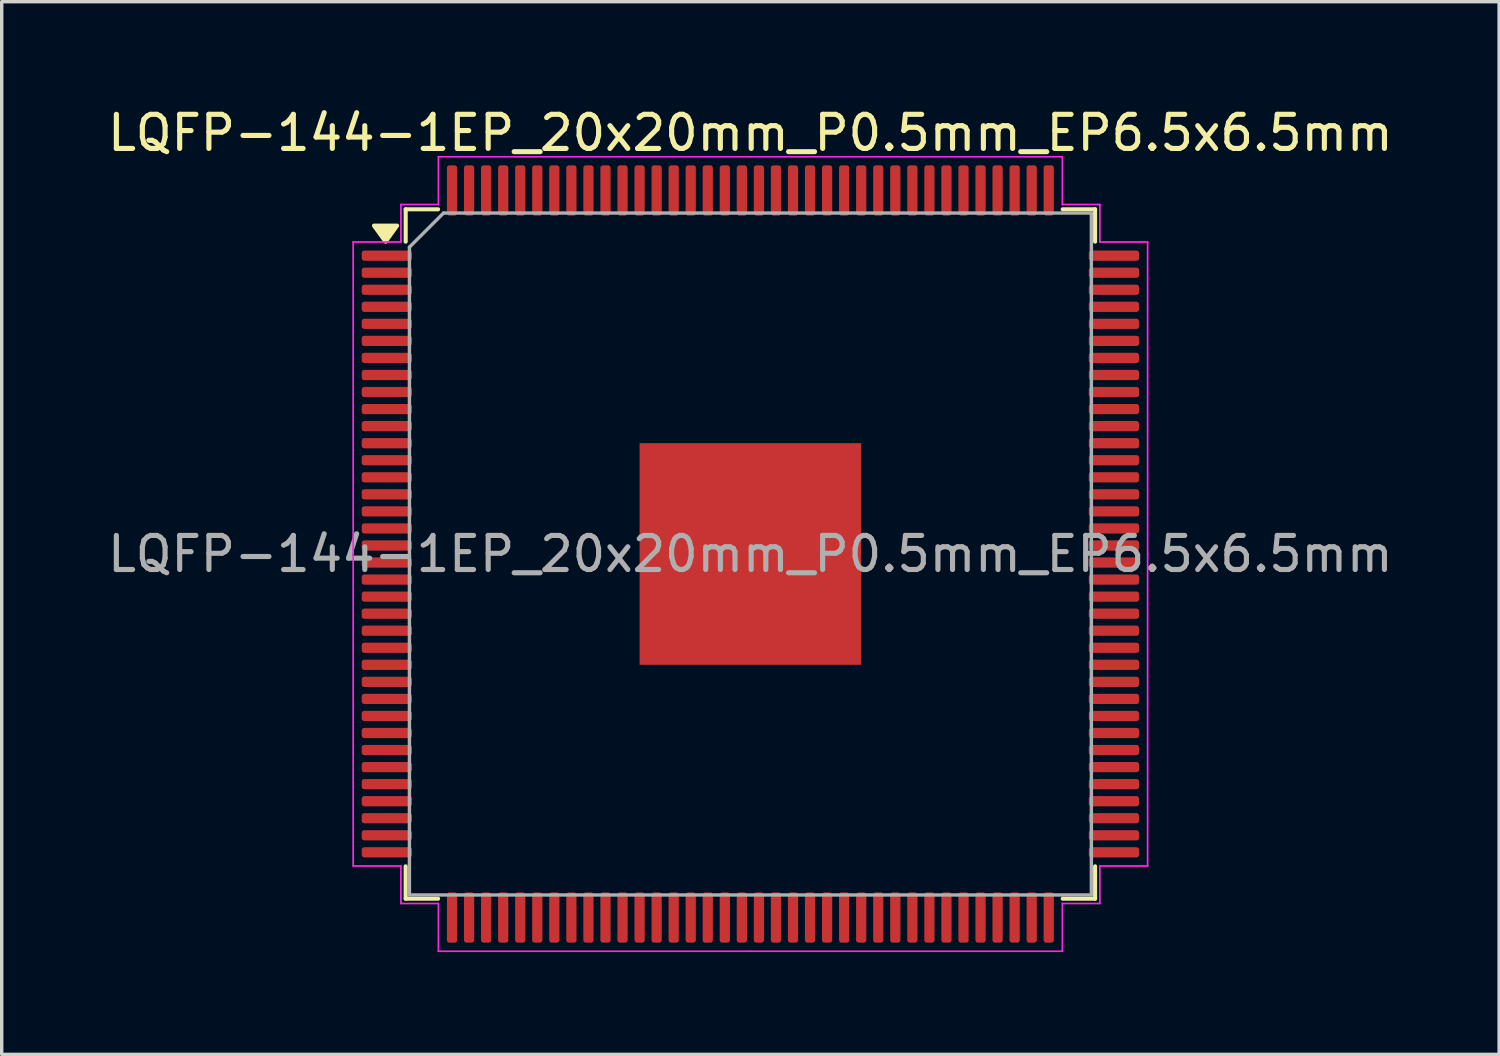
<source format=kicad_pcb>
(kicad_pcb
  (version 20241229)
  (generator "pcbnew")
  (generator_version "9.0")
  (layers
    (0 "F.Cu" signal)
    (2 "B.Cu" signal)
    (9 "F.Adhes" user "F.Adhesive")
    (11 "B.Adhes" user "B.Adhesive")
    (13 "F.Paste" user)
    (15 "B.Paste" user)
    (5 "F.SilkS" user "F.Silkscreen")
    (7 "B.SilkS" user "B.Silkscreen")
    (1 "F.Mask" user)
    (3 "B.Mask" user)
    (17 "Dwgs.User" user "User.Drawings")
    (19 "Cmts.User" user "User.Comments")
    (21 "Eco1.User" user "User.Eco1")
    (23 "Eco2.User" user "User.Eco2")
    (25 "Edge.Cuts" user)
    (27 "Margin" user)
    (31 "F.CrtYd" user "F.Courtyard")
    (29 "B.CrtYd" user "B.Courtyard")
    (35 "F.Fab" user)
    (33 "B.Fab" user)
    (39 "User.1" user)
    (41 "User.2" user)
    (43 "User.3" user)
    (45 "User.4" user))
  (footprint "LQFP-144-1EP_20x20mm_P0.5mm_EP6.5x6.5mm"
    (layer "F.Cu")
    (at 18.958 13.198)
    (property "Reference" "LQFP-144-1EP_20x20mm_P0.5mm_EP6.5x6.5mm" (at 0 -12.35 0) (layer "F.SilkS") (effects (font (size 1 1) (thickness 0.15))))
    (attr smd)
    (fp_line (start -10.11 -10.11) (end -10.11 -9.16) (stroke (width 0.12) (type solid)) (layer "F.SilkS"))
    (fp_line (start -10.11 10.11) (end -10.11 9.16) (stroke (width 0.12) (type solid)) (layer "F.SilkS"))
    (fp_line (start -9.16 -10.11) (end -10.11 -10.11) (stroke (width 0.12) (type solid)) (layer "F.SilkS"))
    (fp_line (start -9.16 10.11) (end -10.11 10.11) (stroke (width 0.12) (type solid)) (layer "F.SilkS"))
    (fp_line (start 9.16 -10.11) (end 10.11 -10.11) (stroke (width 0.12) (type solid)) (layer "F.SilkS"))
    (fp_line (start 9.16 10.11) (end 10.11 10.11) (stroke (width 0.12) (type solid)) (layer "F.SilkS"))
    (fp_line (start 10.11 -10.11) (end 10.11 -9.16) (stroke (width 0.12) (type solid)) (layer "F.SilkS"))
    (fp_line (start 10.11 10.11) (end 10.11 9.16) (stroke (width 0.12) (type solid)) (layer "F.SilkS"))
    (fp_poly (pts (xy -10.7 -9.16) (xy -11.04 -9.63) (xy -10.36 -9.63) (xy -10.7 -9.16)) (stroke (width 0.12) (type solid)) (fill yes) (layer "F.SilkS"))
    (fp_line (start -11.65 -9.15) (end -11.65 0) (stroke (width 0.05) (type solid)) (layer "F.CrtYd"))
    (fp_line (start -11.65 9.15) (end -11.65 0) (stroke (width 0.05) (type solid)) (layer "F.CrtYd"))
    (fp_line (start -10.25 -10.25) (end -10.25 -9.15) (stroke (width 0.05) (type solid)) (layer "F.CrtYd"))
    (fp_line (start -10.25 -9.15) (end -11.65 -9.15) (stroke (width 0.05) (type solid)) (layer "F.CrtYd"))
    (fp_line (start -10.25 9.15) (end -11.65 9.15) (stroke (width 0.05) (type solid)) (layer "F.CrtYd"))
    (fp_line (start -10.25 10.25) (end -10.25 9.15) (stroke (width 0.05) (type solid)) (layer "F.CrtYd"))
    (fp_line (start -9.15 -11.65) (end -9.15 -10.25) (stroke (width 0.05) (type solid)) (layer "F.CrtYd"))
    (fp_line (start -9.15 -10.25) (end -10.25 -10.25) (stroke (width 0.05) (type solid)) (layer "F.CrtYd"))
    (fp_line (start -9.15 10.25) (end -10.25 10.25) (stroke (width 0.05) (type solid)) (layer "F.CrtYd"))
    (fp_line (start -9.15 11.65) (end -9.15 10.25) (stroke (width 0.05) (type solid)) (layer "F.CrtYd"))
    (fp_line (start 0 -11.65) (end -9.15 -11.65) (stroke (width 0.05) (type solid)) (layer "F.CrtYd"))
    (fp_line (start 0 -11.65) (end 9.15 -11.65) (stroke (width 0.05) (type solid)) (layer "F.CrtYd"))
    (fp_line (start 0 11.65) (end -9.15 11.65) (stroke (width 0.05) (type solid)) (layer "F.CrtYd"))
    (fp_line (start 0 11.65) (end 9.15 11.65) (stroke (width 0.05) (type solid)) (layer "F.CrtYd"))
    (fp_line (start 9.15 -11.65) (end 9.15 -10.25) (stroke (width 0.05) (type solid)) (layer "F.CrtYd"))
    (fp_line (start 9.15 -10.25) (end 10.25 -10.25) (stroke (width 0.05) (type solid)) (layer "F.CrtYd"))
    (fp_line (start 9.15 10.25) (end 10.25 10.25) (stroke (width 0.05) (type solid)) (layer "F.CrtYd"))
    (fp_line (start 9.15 11.65) (end 9.15 10.25) (stroke (width 0.05) (type solid)) (layer "F.CrtYd"))
    (fp_line (start 10.25 -10.25) (end 10.25 -9.15) (stroke (width 0.05) (type solid)) (layer "F.CrtYd"))
    (fp_line (start 10.25 -9.15) (end 11.65 -9.15) (stroke (width 0.05) (type solid)) (layer "F.CrtYd"))
    (fp_line (start 10.25 9.15) (end 11.65 9.15) (stroke (width 0.05) (type solid)) (layer "F.CrtYd"))
    (fp_line (start 10.25 10.25) (end 10.25 9.15) (stroke (width 0.05) (type solid)) (layer "F.CrtYd"))
    (fp_line (start 11.65 -9.15) (end 11.65 0) (stroke (width 0.05) (type solid)) (layer "F.CrtYd"))
    (fp_line (start 11.65 9.15) (end 11.65 0) (stroke (width 0.05) (type solid)) (layer "F.CrtYd"))
    (fp_line (start -10 -9) (end -9 -10) (stroke (width 0.1) (type solid)) (layer "F.Fab"))
    (fp_line (start -10 10) (end -10 -9) (stroke (width 0.1) (type solid)) (layer "F.Fab"))
    (fp_line (start -9 -10) (end 10 -10) (stroke (width 0.1) (type solid)) (layer "F.Fab"))
    (fp_line (start 10 -10) (end 10 10) (stroke (width 0.1) (type solid)) (layer "F.Fab"))
    (fp_line (start 10 10) (end -10 10) (stroke (width 0.1) (type solid)) (layer "F.Fab"))
    (fp_text user "${REFERENCE}" (at 0 0 0) (layer "F.Fab") (effects (font (size 1 1) (thickness 0.15))))
    (pad "" smd roundrect (at -2.17 -2.17) (size 1.75 1.75) (layers "F.Paste") (roundrect_rratio 0.143))
    (pad "" smd roundrect (at -2.17 0) (size 1.75 1.75) (layers "F.Paste") (roundrect_rratio 0.143))
    (pad "" smd roundrect (at -2.17 2.17) (size 1.75 1.75) (layers "F.Paste") (roundrect_rratio 0.143))
    (pad "" smd roundrect (at 0 -2.17) (size 1.75 1.75) (layers "F.Paste") (roundrect_rratio 0.143))
    (pad "" smd roundrect (at 0 0) (size 1.75 1.75) (layers "F.Paste") (roundrect_rratio 0.143))
    (pad "" smd roundrect (at 0 2.17) (size 1.75 1.75) (layers "F.Paste") (roundrect_rratio 0.143))
    (pad "" smd roundrect (at 2.17 -2.17) (size 1.75 1.75) (layers "F.Paste") (roundrect_rratio 0.143))
    (pad "" smd roundrect (at 2.17 0) (size 1.75 1.75) (layers "F.Paste") (roundrect_rratio 0.143))
    (pad "" smd roundrect (at 2.17 2.17) (size 1.75 1.75) (layers "F.Paste") (roundrect_rratio 0.143))
    (pad "1" smd roundrect (at -10.662 -8.75) (size 1.475 0.3) (layers "F.Cu" "F.Mask" "F.Paste") (roundrect_rratio 0.25))
    (pad "2" smd roundrect (at -10.662 -8.25) (size 1.475 0.3) (layers "F.Cu" "F.Mask" "F.Paste") (roundrect_rratio 0.25))
    (pad "3" smd roundrect (at -10.662 -7.75) (size 1.475 0.3) (layers "F.Cu" "F.Mask" "F.Paste") (roundrect_rratio 0.25))
    (pad "4" smd roundrect (at -10.662 -7.25) (size 1.475 0.3) (layers "F.Cu" "F.Mask" "F.Paste") (roundrect_rratio 0.25))
    (pad "5" smd roundrect (at -10.662 -6.75) (size 1.475 0.3) (layers "F.Cu" "F.Mask" "F.Paste") (roundrect_rratio 0.25))
    (pad "6" smd roundrect (at -10.662 -6.25) (size 1.475 0.3) (layers "F.Cu" "F.Mask" "F.Paste") (roundrect_rratio 0.25))
    (pad "7" smd roundrect (at -10.662 -5.75) (size 1.475 0.3) (layers "F.Cu" "F.Mask" "F.Paste") (roundrect_rratio 0.25))
    (pad "8" smd roundrect (at -10.662 -5.25) (size 1.475 0.3) (layers "F.Cu" "F.Mask" "F.Paste") (roundrect_rratio 0.25))
    (pad "9" smd roundrect (at -10.662 -4.75) (size 1.475 0.3) (layers "F.Cu" "F.Mask" "F.Paste") (roundrect_rratio 0.25))
    (pad "10" smd roundrect (at -10.662 -4.25) (size 1.475 0.3) (layers "F.Cu" "F.Mask" "F.Paste") (roundrect_rratio 0.25))
    (pad "11" smd roundrect (at -10.662 -3.75) (size 1.475 0.3) (layers "F.Cu" "F.Mask" "F.Paste") (roundrect_rratio 0.25))
    (pad "12" smd roundrect (at -10.662 -3.25) (size 1.475 0.3) (layers "F.Cu" "F.Mask" "F.Paste") (roundrect_rratio 0.25))
    (pad "13" smd roundrect (at -10.662 -2.75) (size 1.475 0.3) (layers "F.Cu" "F.Mask" "F.Paste") (roundrect_rratio 0.25))
    (pad "14" smd roundrect (at -10.662 -2.25) (size 1.475 0.3) (layers "F.Cu" "F.Mask" "F.Paste") (roundrect_rratio 0.25))
    (pad "15" smd roundrect (at -10.662 -1.75) (size 1.475 0.3) (layers "F.Cu" "F.Mask" "F.Paste") (roundrect_rratio 0.25))
    (pad "16" smd roundrect (at -10.662 -1.25) (size 1.475 0.3) (layers "F.Cu" "F.Mask" "F.Paste") (roundrect_rratio 0.25))
    (pad "17" smd roundrect (at -10.662 -0.75) (size 1.475 0.3) (layers "F.Cu" "F.Mask" "F.Paste") (roundrect_rratio 0.25))
    (pad "18" smd roundrect (at -10.662 -0.25) (size 1.475 0.3) (layers "F.Cu" "F.Mask" "F.Paste") (roundrect_rratio 0.25))
    (pad "19" smd roundrect (at -10.662 0.25) (size 1.475 0.3) (layers "F.Cu" "F.Mask" "F.Paste") (roundrect_rratio 0.25))
    (pad "20" smd roundrect (at -10.662 0.75) (size 1.475 0.3) (layers "F.Cu" "F.Mask" "F.Paste") (roundrect_rratio 0.25))
    (pad "21" smd roundrect (at -10.662 1.25) (size 1.475 0.3) (layers "F.Cu" "F.Mask" "F.Paste") (roundrect_rratio 0.25))
    (pad "22" smd roundrect (at -10.662 1.75) (size 1.475 0.3) (layers "F.Cu" "F.Mask" "F.Paste") (roundrect_rratio 0.25))
    (pad "23" smd roundrect (at -10.662 2.25) (size 1.475 0.3) (layers "F.Cu" "F.Mask" "F.Paste") (roundrect_rratio 0.25))
    (pad "24" smd roundrect (at -10.662 2.75) (size 1.475 0.3) (layers "F.Cu" "F.Mask" "F.Paste") (roundrect_rratio 0.25))
    (pad "25" smd roundrect (at -10.662 3.25) (size 1.475 0.3) (layers "F.Cu" "F.Mask" "F.Paste") (roundrect_rratio 0.25))
    (pad "26" smd roundrect (at -10.662 3.75) (size 1.475 0.3) (layers "F.Cu" "F.Mask" "F.Paste") (roundrect_rratio 0.25))
    (pad "27" smd roundrect (at -10.662 4.25) (size 1.475 0.3) (layers "F.Cu" "F.Mask" "F.Paste") (roundrect_rratio 0.25))
    (pad "28" smd roundrect (at -10.662 4.75) (size 1.475 0.3) (layers "F.Cu" "F.Mask" "F.Paste") (roundrect_rratio 0.25))
    (pad "29" smd roundrect (at -10.662 5.25) (size 1.475 0.3) (layers "F.Cu" "F.Mask" "F.Paste") (roundrect_rratio 0.25))
    (pad "30" smd roundrect (at -10.662 5.75) (size 1.475 0.3) (layers "F.Cu" "F.Mask" "F.Paste") (roundrect_rratio 0.25))
    (pad "31" smd roundrect (at -10.662 6.25) (size 1.475 0.3) (layers "F.Cu" "F.Mask" "F.Paste") (roundrect_rratio 0.25))
    (pad "32" smd roundrect (at -10.662 6.75) (size 1.475 0.3) (layers "F.Cu" "F.Mask" "F.Paste") (roundrect_rratio 0.25))
    (pad "33" smd roundrect (at -10.662 7.25) (size 1.475 0.3) (layers "F.Cu" "F.Mask" "F.Paste") (roundrect_rratio 0.25))
    (pad "34" smd roundrect (at -10.662 7.75) (size 1.475 0.3) (layers "F.Cu" "F.Mask" "F.Paste") (roundrect_rratio 0.25))
    (pad "35" smd roundrect (at -10.662 8.25) (size 1.475 0.3) (layers "F.Cu" "F.Mask" "F.Paste") (roundrect_rratio 0.25))
    (pad "36" smd roundrect (at -10.662 8.75) (size 1.475 0.3) (layers "F.Cu" "F.Mask" "F.Paste") (roundrect_rratio 0.25))
    (pad "37" smd roundrect (at -8.75 10.662) (size 0.3 1.475) (layers "F.Cu" "F.Mask" "F.Paste") (roundrect_rratio 0.25))
    (pad "38" smd roundrect (at -8.25 10.662) (size 0.3 1.475) (layers "F.Cu" "F.Mask" "F.Paste") (roundrect_rratio 0.25))
    (pad "39" smd roundrect (at -7.75 10.662) (size 0.3 1.475) (layers "F.Cu" "F.Mask" "F.Paste") (roundrect_rratio 0.25))
    (pad "40" smd roundrect (at -7.25 10.662) (size 0.3 1.475) (layers "F.Cu" "F.Mask" "F.Paste") (roundrect_rratio 0.25))
    (pad "41" smd roundrect (at -6.75 10.662) (size 0.3 1.475) (layers "F.Cu" "F.Mask" "F.Paste") (roundrect_rratio 0.25))
    (pad "42" smd roundrect (at -6.25 10.662) (size 0.3 1.475) (layers "F.Cu" "F.Mask" "F.Paste") (roundrect_rratio 0.25))
    (pad "43" smd roundrect (at -5.75 10.662) (size 0.3 1.475) (layers "F.Cu" "F.Mask" "F.Paste") (roundrect_rratio 0.25))
    (pad "44" smd roundrect (at -5.25 10.662) (size 0.3 1.475) (layers "F.Cu" "F.Mask" "F.Paste") (roundrect_rratio 0.25))
    (pad "45" smd roundrect (at -4.75 10.662) (size 0.3 1.475) (layers "F.Cu" "F.Mask" "F.Paste") (roundrect_rratio 0.25))
    (pad "46" smd roundrect (at -4.25 10.662) (size 0.3 1.475) (layers "F.Cu" "F.Mask" "F.Paste") (roundrect_rratio 0.25))
    (pad "47" smd roundrect (at -3.75 10.662) (size 0.3 1.475) (layers "F.Cu" "F.Mask" "F.Paste") (roundrect_rratio 0.25))
    (pad "48" smd roundrect (at -3.25 10.662) (size 0.3 1.475) (layers "F.Cu" "F.Mask" "F.Paste") (roundrect_rratio 0.25))
    (pad "49" smd roundrect (at -2.75 10.662) (size 0.3 1.475) (layers "F.Cu" "F.Mask" "F.Paste") (roundrect_rratio 0.25))
    (pad "50" smd roundrect (at -2.25 10.662) (size 0.3 1.475) (layers "F.Cu" "F.Mask" "F.Paste") (roundrect_rratio 0.25))
    (pad "51" smd roundrect (at -1.75 10.662) (size 0.3 1.475) (layers "F.Cu" "F.Mask" "F.Paste") (roundrect_rratio 0.25))
    (pad "52" smd roundrect (at -1.25 10.662) (size 0.3 1.475) (layers "F.Cu" "F.Mask" "F.Paste") (roundrect_rratio 0.25))
    (pad "53" smd roundrect (at -0.75 10.662) (size 0.3 1.475) (layers "F.Cu" "F.Mask" "F.Paste") (roundrect_rratio 0.25))
    (pad "54" smd roundrect (at -0.25 10.662) (size 0.3 1.475) (layers "F.Cu" "F.Mask" "F.Paste") (roundrect_rratio 0.25))
    (pad "55" smd roundrect (at 0.25 10.662) (size 0.3 1.475) (layers "F.Cu" "F.Mask" "F.Paste") (roundrect_rratio 0.25))
    (pad "56" smd roundrect (at 0.75 10.662) (size 0.3 1.475) (layers "F.Cu" "F.Mask" "F.Paste") (roundrect_rratio 0.25))
    (pad "57" smd roundrect (at 1.25 10.662) (size 0.3 1.475) (layers "F.Cu" "F.Mask" "F.Paste") (roundrect_rratio 0.25))
    (pad "58" smd roundrect (at 1.75 10.662) (size 0.3 1.475) (layers "F.Cu" "F.Mask" "F.Paste") (roundrect_rratio 0.25))
    (pad "59" smd roundrect (at 2.25 10.662) (size 0.3 1.475) (layers "F.Cu" "F.Mask" "F.Paste") (roundrect_rratio 0.25))
    (pad "60" smd roundrect (at 2.75 10.662) (size 0.3 1.475) (layers "F.Cu" "F.Mask" "F.Paste") (roundrect_rratio 0.25))
    (pad "61" smd roundrect (at 3.25 10.662) (size 0.3 1.475) (layers "F.Cu" "F.Mask" "F.Paste") (roundrect_rratio 0.25))
    (pad "62" smd roundrect (at 3.75 10.662) (size 0.3 1.475) (layers "F.Cu" "F.Mask" "F.Paste") (roundrect_rratio 0.25))
    (pad "63" smd roundrect (at 4.25 10.662) (size 0.3 1.475) (layers "F.Cu" "F.Mask" "F.Paste") (roundrect_rratio 0.25))
    (pad "64" smd roundrect (at 4.75 10.662) (size 0.3 1.475) (layers "F.Cu" "F.Mask" "F.Paste") (roundrect_rratio 0.25))
    (pad "65" smd roundrect (at 5.25 10.662) (size 0.3 1.475) (layers "F.Cu" "F.Mask" "F.Paste") (roundrect_rratio 0.25))
    (pad "66" smd roundrect (at 5.75 10.662) (size 0.3 1.475) (layers "F.Cu" "F.Mask" "F.Paste") (roundrect_rratio 0.25))
    (pad "67" smd roundrect (at 6.25 10.662) (size 0.3 1.475) (layers "F.Cu" "F.Mask" "F.Paste") (roundrect_rratio 0.25))
    (pad "68" smd roundrect (at 6.75 10.662) (size 0.3 1.475) (layers "F.Cu" "F.Mask" "F.Paste") (roundrect_rratio 0.25))
    (pad "69" smd roundrect (at 7.25 10.662) (size 0.3 1.475) (layers "F.Cu" "F.Mask" "F.Paste") (roundrect_rratio 0.25))
    (pad "70" smd roundrect (at 7.75 10.662) (size 0.3 1.475) (layers "F.Cu" "F.Mask" "F.Paste") (roundrect_rratio 0.25))
    (pad "71" smd roundrect (at 8.25 10.662) (size 0.3 1.475) (layers "F.Cu" "F.Mask" "F.Paste") (roundrect_rratio 0.25))
    (pad "72" smd roundrect (at 8.75 10.662) (size 0.3 1.475) (layers "F.Cu" "F.Mask" "F.Paste") (roundrect_rratio 0.25))
    (pad "73" smd roundrect (at 10.662 8.75) (size 1.475 0.3) (layers "F.Cu" "F.Mask" "F.Paste") (roundrect_rratio 0.25))
    (pad "74" smd roundrect (at 10.662 8.25) (size 1.475 0.3) (layers "F.Cu" "F.Mask" "F.Paste") (roundrect_rratio 0.25))
    (pad "75" smd roundrect (at 10.662 7.75) (size 1.475 0.3) (layers "F.Cu" "F.Mask" "F.Paste") (roundrect_rratio 0.25))
    (pad "76" smd roundrect (at 10.662 7.25) (size 1.475 0.3) (layers "F.Cu" "F.Mask" "F.Paste") (roundrect_rratio 0.25))
    (pad "77" smd roundrect (at 10.662 6.75) (size 1.475 0.3) (layers "F.Cu" "F.Mask" "F.Paste") (roundrect_rratio 0.25))
    (pad "78" smd roundrect (at 10.662 6.25) (size 1.475 0.3) (layers "F.Cu" "F.Mask" "F.Paste") (roundrect_rratio 0.25))
    (pad "79" smd roundrect (at 10.662 5.75) (size 1.475 0.3) (layers "F.Cu" "F.Mask" "F.Paste") (roundrect_rratio 0.25))
    (pad "80" smd roundrect (at 10.662 5.25) (size 1.475 0.3) (layers "F.Cu" "F.Mask" "F.Paste") (roundrect_rratio 0.25))
    (pad "81" smd roundrect (at 10.662 4.75) (size 1.475 0.3) (layers "F.Cu" "F.Mask" "F.Paste") (roundrect_rratio 0.25))
    (pad "82" smd roundrect (at 10.662 4.25) (size 1.475 0.3) (layers "F.Cu" "F.Mask" "F.Paste") (roundrect_rratio 0.25))
    (pad "83" smd roundrect (at 10.662 3.75) (size 1.475 0.3) (layers "F.Cu" "F.Mask" "F.Paste") (roundrect_rratio 0.25))
    (pad "84" smd roundrect (at 10.662 3.25) (size 1.475 0.3) (layers "F.Cu" "F.Mask" "F.Paste") (roundrect_rratio 0.25))
    (pad "85" smd roundrect (at 10.662 2.75) (size 1.475 0.3) (layers "F.Cu" "F.Mask" "F.Paste") (roundrect_rratio 0.25))
    (pad "86" smd roundrect (at 10.662 2.25) (size 1.475 0.3) (layers "F.Cu" "F.Mask" "F.Paste") (roundrect_rratio 0.25))
    (pad "87" smd roundrect (at 10.662 1.75) (size 1.475 0.3) (layers "F.Cu" "F.Mask" "F.Paste") (roundrect_rratio 0.25))
    (pad "88" smd roundrect (at 10.662 1.25) (size 1.475 0.3) (layers "F.Cu" "F.Mask" "F.Paste") (roundrect_rratio 0.25))
    (pad "89" smd roundrect (at 10.662 0.75) (size 1.475 0.3) (layers "F.Cu" "F.Mask" "F.Paste") (roundrect_rratio 0.25))
    (pad "90" smd roundrect (at 10.662 0.25) (size 1.475 0.3) (layers "F.Cu" "F.Mask" "F.Paste") (roundrect_rratio 0.25))
    (pad "91" smd roundrect (at 10.662 -0.25) (size 1.475 0.3) (layers "F.Cu" "F.Mask" "F.Paste") (roundrect_rratio 0.25))
    (pad "92" smd roundrect (at 10.662 -0.75) (size 1.475 0.3) (layers "F.Cu" "F.Mask" "F.Paste") (roundrect_rratio 0.25))
    (pad "93" smd roundrect (at 10.662 -1.25) (size 1.475 0.3) (layers "F.Cu" "F.Mask" "F.Paste") (roundrect_rratio 0.25))
    (pad "94" smd roundrect (at 10.662 -1.75) (size 1.475 0.3) (layers "F.Cu" "F.Mask" "F.Paste") (roundrect_rratio 0.25))
    (pad "95" smd roundrect (at 10.662 -2.25) (size 1.475 0.3) (layers "F.Cu" "F.Mask" "F.Paste") (roundrect_rratio 0.25))
    (pad "96" smd roundrect (at 10.662 -2.75) (size 1.475 0.3) (layers "F.Cu" "F.Mask" "F.Paste") (roundrect_rratio 0.25))
    (pad "97" smd roundrect (at 10.662 -3.25) (size 1.475 0.3) (layers "F.Cu" "F.Mask" "F.Paste") (roundrect_rratio 0.25))
    (pad "98" smd roundrect (at 10.662 -3.75) (size 1.475 0.3) (layers "F.Cu" "F.Mask" "F.Paste") (roundrect_rratio 0.25))
    (pad "99" smd roundrect (at 10.662 -4.25) (size 1.475 0.3) (layers "F.Cu" "F.Mask" "F.Paste") (roundrect_rratio 0.25))
    (pad "100" smd roundrect (at 10.662 -4.75) (size 1.475 0.3) (layers "F.Cu" "F.Mask" "F.Paste") (roundrect_rratio 0.25))
    (pad "101" smd roundrect (at 10.662 -5.25) (size 1.475 0.3) (layers "F.Cu" "F.Mask" "F.Paste") (roundrect_rratio 0.25))
    (pad "102" smd roundrect (at 10.662 -5.75) (size 1.475 0.3) (layers "F.Cu" "F.Mask" "F.Paste") (roundrect_rratio 0.25))
    (pad "103" smd roundrect (at 10.662 -6.25) (size 1.475 0.3) (layers "F.Cu" "F.Mask" "F.Paste") (roundrect_rratio 0.25))
    (pad "104" smd roundrect (at 10.662 -6.75) (size 1.475 0.3) (layers "F.Cu" "F.Mask" "F.Paste") (roundrect_rratio 0.25))
    (pad "105" smd roundrect (at 10.662 -7.25) (size 1.475 0.3) (layers "F.Cu" "F.Mask" "F.Paste") (roundrect_rratio 0.25))
    (pad "106" smd roundrect (at 10.662 -7.75) (size 1.475 0.3) (layers "F.Cu" "F.Mask" "F.Paste") (roundrect_rratio 0.25))
    (pad "107" smd roundrect (at 10.662 -8.25) (size 1.475 0.3) (layers "F.Cu" "F.Mask" "F.Paste") (roundrect_rratio 0.25))
    (pad "108" smd roundrect (at 10.662 -8.75) (size 1.475 0.3) (layers "F.Cu" "F.Mask" "F.Paste") (roundrect_rratio 0.25))
    (pad "109" smd roundrect (at 8.75 -10.662) (size 0.3 1.475) (layers "F.Cu" "F.Mask" "F.Paste") (roundrect_rratio 0.25))
    (pad "110" smd roundrect (at 8.25 -10.662) (size 0.3 1.475) (layers "F.Cu" "F.Mask" "F.Paste") (roundrect_rratio 0.25))
    (pad "111" smd roundrect (at 7.75 -10.662) (size 0.3 1.475) (layers "F.Cu" "F.Mask" "F.Paste") (roundrect_rratio 0.25))
    (pad "112" smd roundrect (at 7.25 -10.662) (size 0.3 1.475) (layers "F.Cu" "F.Mask" "F.Paste") (roundrect_rratio 0.25))
    (pad "113" smd roundrect (at 6.75 -10.662) (size 0.3 1.475) (layers "F.Cu" "F.Mask" "F.Paste") (roundrect_rratio 0.25))
    (pad "114" smd roundrect (at 6.25 -10.662) (size 0.3 1.475) (layers "F.Cu" "F.Mask" "F.Paste") (roundrect_rratio 0.25))
    (pad "115" smd roundrect (at 5.75 -10.662) (size 0.3 1.475) (layers "F.Cu" "F.Mask" "F.Paste") (roundrect_rratio 0.25))
    (pad "116" smd roundrect (at 5.25 -10.662) (size 0.3 1.475) (layers "F.Cu" "F.Mask" "F.Paste") (roundrect_rratio 0.25))
    (pad "117" smd roundrect (at 4.75 -10.662) (size 0.3 1.475) (layers "F.Cu" "F.Mask" "F.Paste") (roundrect_rratio 0.25))
    (pad "118" smd roundrect (at 4.25 -10.662) (size 0.3 1.475) (layers "F.Cu" "F.Mask" "F.Paste") (roundrect_rratio 0.25))
    (pad "119" smd roundrect (at 3.75 -10.662) (size 0.3 1.475) (layers "F.Cu" "F.Mask" "F.Paste") (roundrect_rratio 0.25))
    (pad "120" smd roundrect (at 3.25 -10.662) (size 0.3 1.475) (layers "F.Cu" "F.Mask" "F.Paste") (roundrect_rratio 0.25))
    (pad "121" smd roundrect (at 2.75 -10.662) (size 0.3 1.475) (layers "F.Cu" "F.Mask" "F.Paste") (roundrect_rratio 0.25))
    (pad "122" smd roundrect (at 2.25 -10.662) (size 0.3 1.475) (layers "F.Cu" "F.Mask" "F.Paste") (roundrect_rratio 0.25))
    (pad "123" smd roundrect (at 1.75 -10.662) (size 0.3 1.475) (layers "F.Cu" "F.Mask" "F.Paste") (roundrect_rratio 0.25))
    (pad "124" smd roundrect (at 1.25 -10.662) (size 0.3 1.475) (layers "F.Cu" "F.Mask" "F.Paste") (roundrect_rratio 0.25))
    (pad "125" smd roundrect (at 0.75 -10.662) (size 0.3 1.475) (layers "F.Cu" "F.Mask" "F.Paste") (roundrect_rratio 0.25))
    (pad "126" smd roundrect (at 0.25 -10.662) (size 0.3 1.475) (layers "F.Cu" "F.Mask" "F.Paste") (roundrect_rratio 0.25))
    (pad "127" smd roundrect (at -0.25 -10.662) (size 0.3 1.475) (layers "F.Cu" "F.Mask" "F.Paste") (roundrect_rratio 0.25))
    (pad "128" smd roundrect (at -0.75 -10.662) (size 0.3 1.475) (layers "F.Cu" "F.Mask" "F.Paste") (roundrect_rratio 0.25))
    (pad "129" smd roundrect (at -1.25 -10.662) (size 0.3 1.475) (layers "F.Cu" "F.Mask" "F.Paste") (roundrect_rratio 0.25))
    (pad "130" smd roundrect (at -1.75 -10.662) (size 0.3 1.475) (layers "F.Cu" "F.Mask" "F.Paste") (roundrect_rratio 0.25))
    (pad "131" smd roundrect (at -2.25 -10.662) (size 0.3 1.475) (layers "F.Cu" "F.Mask" "F.Paste") (roundrect_rratio 0.25))
    (pad "132" smd roundrect (at -2.75 -10.662) (size 0.3 1.475) (layers "F.Cu" "F.Mask" "F.Paste") (roundrect_rratio 0.25))
    (pad "133" smd roundrect (at -3.25 -10.662) (size 0.3 1.475) (layers "F.Cu" "F.Mask" "F.Paste") (roundrect_rratio 0.25))
    (pad "134" smd roundrect (at -3.75 -10.662) (size 0.3 1.475) (layers "F.Cu" "F.Mask" "F.Paste") (roundrect_rratio 0.25))
    (pad "135" smd roundrect (at -4.25 -10.662) (size 0.3 1.475) (layers "F.Cu" "F.Mask" "F.Paste") (roundrect_rratio 0.25))
    (pad "136" smd roundrect (at -4.75 -10.662) (size 0.3 1.475) (layers "F.Cu" "F.Mask" "F.Paste") (roundrect_rratio 0.25))
    (pad "137" smd roundrect (at -5.25 -10.662) (size 0.3 1.475) (layers "F.Cu" "F.Mask" "F.Paste") (roundrect_rratio 0.25))
    (pad "138" smd roundrect (at -5.75 -10.662) (size 0.3 1.475) (layers "F.Cu" "F.Mask" "F.Paste") (roundrect_rratio 0.25))
    (pad "139" smd roundrect (at -6.25 -10.662) (size 0.3 1.475) (layers "F.Cu" "F.Mask" "F.Paste") (roundrect_rratio 0.25))
    (pad "140" smd roundrect (at -6.75 -10.662) (size 0.3 1.475) (layers "F.Cu" "F.Mask" "F.Paste") (roundrect_rratio 0.25))
    (pad "141" smd roundrect (at -7.25 -10.662) (size 0.3 1.475) (layers "F.Cu" "F.Mask" "F.Paste") (roundrect_rratio 0.25))
    (pad "142" smd roundrect (at -7.75 -10.662) (size 0.3 1.475) (layers "F.Cu" "F.Mask" "F.Paste") (roundrect_rratio 0.25))
    (pad "143" smd roundrect (at -8.25 -10.662) (size 0.3 1.475) (layers "F.Cu" "F.Mask" "F.Paste") (roundrect_rratio 0.25))
    (pad "144" smd roundrect (at -8.75 -10.662) (size 0.3 1.475) (layers "F.Cu" "F.Mask" "F.Paste") (roundrect_rratio 0.25))
    (pad "145" smd rect (at 0 0) (size 6.5 6.5) (property pad_prop_heatsink) (layers "F.Cu" "F.Mask")))
  (gr_rect
    (start -3 -3)
    (end 40.917 27.873)
    (stroke (width 0.1) (type default))
    (fill no)
    (layer "Edge.Cuts")))
</source>
